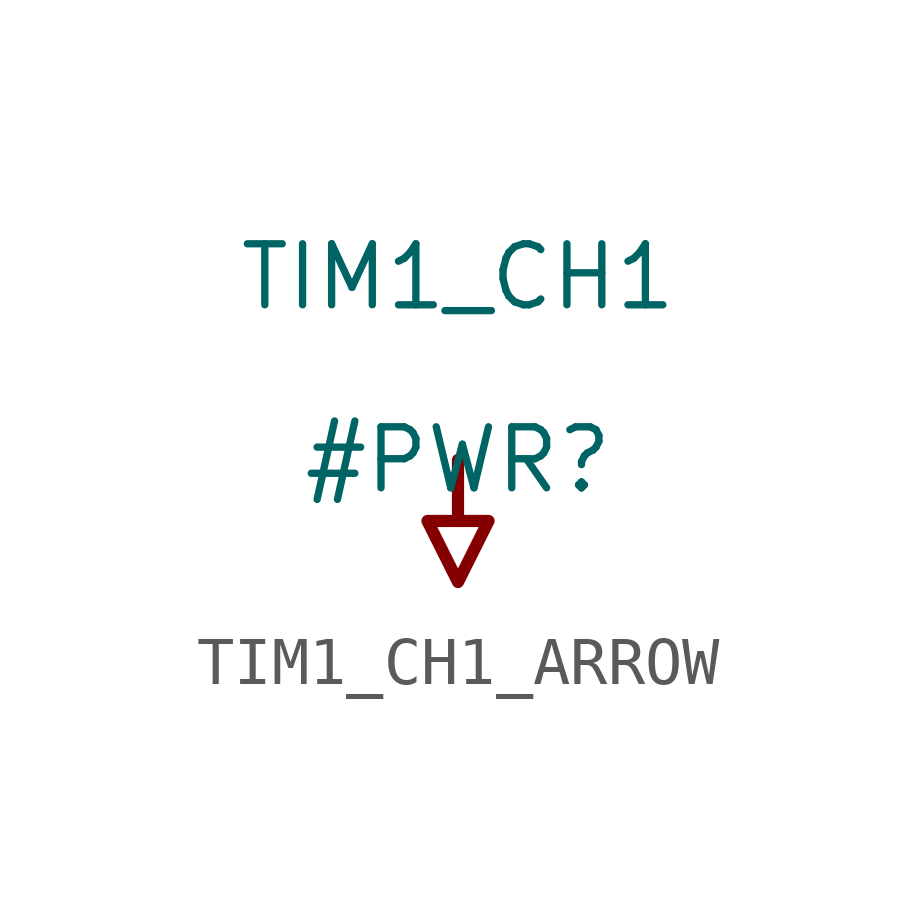
<source format=kicad_sym>
(kicad_symbol_lib
  (version 20231120)
  (generator "kicad_symbol_editor")
  (generator_version "8.0")
  (symbol "TIM1_CH1_ARROW"
    (power)
    (property "Reference" "#PWR"
      (at 0 0 0)
      (effects (font (size 1.27 1.27))))
    (property "Value" "TIM1_CH1"
      (at 0 3.81 0)
      (effects (font (size 1.27 1.27))))
    (symbol "TIM1_CH1_ARROW_0_0"
      (polyline (pts (xy 0 0) (xy 0 -1.27)) (stroke (width 0.254) (type solid)) (fill (type none)))
      (polyline (pts (xy -0.635 -1.27) (xy 0.635 -1.27) (xy 0 -2.54) (xy -0.635 -1.27)) (stroke (width 0.254) (type solid)) (fill (type none)))
      (pin power_in line (at 0 0 0) (length 0) hide (name "TIM1_CH1" (effects (font (size 1.27 1.27)))) (number "" (effects (font (size 1.27 1.27))))))))
</source>
